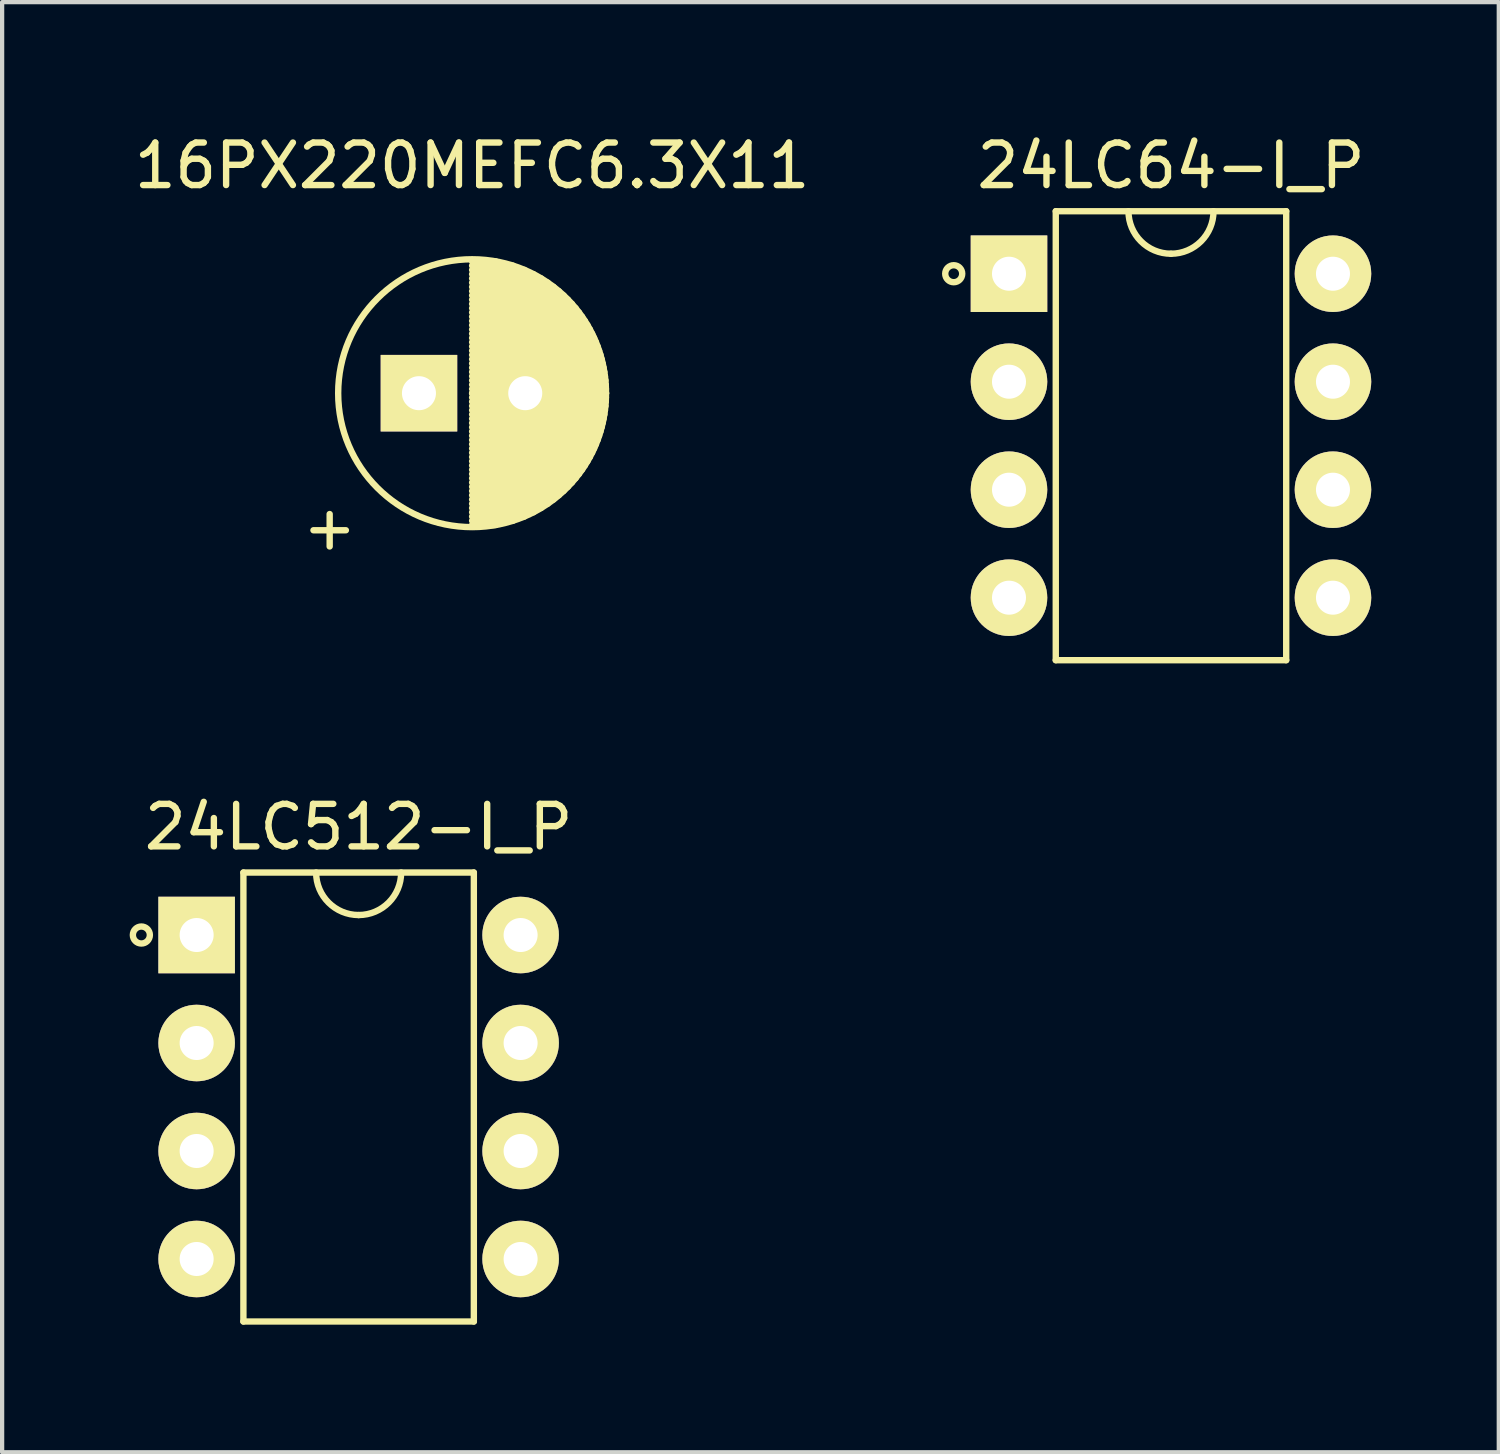
<source format=kicad_pcb>
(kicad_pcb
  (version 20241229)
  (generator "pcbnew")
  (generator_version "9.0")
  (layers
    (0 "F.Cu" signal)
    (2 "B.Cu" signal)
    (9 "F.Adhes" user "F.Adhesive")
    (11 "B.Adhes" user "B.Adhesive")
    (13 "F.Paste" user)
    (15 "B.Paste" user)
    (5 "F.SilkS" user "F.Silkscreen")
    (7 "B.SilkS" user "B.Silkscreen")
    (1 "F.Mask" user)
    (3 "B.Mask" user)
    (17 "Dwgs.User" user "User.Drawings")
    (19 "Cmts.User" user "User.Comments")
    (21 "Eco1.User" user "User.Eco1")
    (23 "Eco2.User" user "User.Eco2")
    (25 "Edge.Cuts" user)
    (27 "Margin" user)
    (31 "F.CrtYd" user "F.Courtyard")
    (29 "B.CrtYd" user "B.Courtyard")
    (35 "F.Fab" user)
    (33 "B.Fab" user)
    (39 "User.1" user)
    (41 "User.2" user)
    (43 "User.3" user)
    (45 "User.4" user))
  (footprint "24LC64-I_P"
    (layer "F.Cu")
    (at 20.682 3.388)
    (property "Reference" "24LC64-I_P" (at 3.81 -2.54 0) (layer "F.SilkS") (effects (font (size 1 1) (thickness 0.15))))
    (attr through_hole)
    (fp_line (start 1.1 -1.47) (end 6.52 -1.47) (stroke (width 0.15) (type solid)) (layer "F.SilkS"))
    (fp_line (start 1.1 9.09) (end 1.1 -1.47) (stroke (width 0.15) (type solid)) (layer "F.SilkS"))
    (fp_line (start 6.52 -1.47) (end 6.52 9.09) (stroke (width 0.15) (type solid)) (layer "F.SilkS"))
    (fp_line (start 6.52 9.09) (end 1.1 9.09) (stroke (width 0.15) (type solid)) (layer "F.SilkS"))
    (fp_arc (start 3.81 -0.47) (mid 3.102893 -0.762893) (end 2.81 -1.47) (stroke (width 0.15) (type solid)) (layer "F.SilkS"))
    (fp_arc (start 4.81 -1.47) (mid 4.517107 -0.762893) (end 3.81 -0.47) (stroke (width 0.15) (type solid)) (layer "F.SilkS"))
    (fp_circle (center -1.3 0) (end -1.3 0.2) (stroke (width 0.15) (type solid)) (fill no) (layer "F.SilkS"))
    (pad "1" thru_hole rect (at 0 0) (size 1.8 1.8) (drill 0.8) (layers "*.Cu" "*.Mask" "F.SilkS"))
    (pad "2" thru_hole circle (at 0 2.54) (size 1.8 1.8) (drill 0.8) (layers "*.Cu" "*.Mask" "F.SilkS"))
    (pad "3" thru_hole circle (at 0 5.08) (size 1.8 1.8) (drill 0.8) (layers "*.Cu" "*.Mask" "F.SilkS"))
    (pad "4" thru_hole circle (at 0 7.62) (size 1.8 1.8) (drill 0.8) (layers "*.Cu" "*.Mask" "F.SilkS"))
    (pad "5" thru_hole circle (at 7.62 7.62) (size 1.8 1.8) (drill 0.8) (layers "*.Cu" "*.Mask" "F.SilkS"))
    (pad "6" thru_hole circle (at 7.62 5.08) (size 1.8 1.8) (drill 0.8) (layers "*.Cu" "*.Mask" "F.SilkS"))
    (pad "7" thru_hole circle (at 7.62 2.54) (size 1.8 1.8) (drill 0.8) (layers "*.Cu" "*.Mask" "F.SilkS"))
    (pad "8" thru_hole circle (at 7.62 0) (size 1.8 1.8) (drill 0.8) (layers "*.Cu" "*.Mask" "F.SilkS")))
  (footprint "24LC512-I_P"
    (layer "F.Cu")
    (at 1.575 18.942)
    (property "Reference" "24LC512-I_P" (at 3.81 -2.54 0) (layer "F.SilkS") (effects (font (size 1 1) (thickness 0.15))))
    (attr through_hole)
    (fp_line (start 1.1 -1.47) (end 6.52 -1.47) (stroke (width 0.15) (type solid)) (layer "F.SilkS"))
    (fp_line (start 1.1 9.09) (end 1.1 -1.47) (stroke (width 0.15) (type solid)) (layer "F.SilkS"))
    (fp_line (start 6.52 -1.47) (end 6.52 9.09) (stroke (width 0.15) (type solid)) (layer "F.SilkS"))
    (fp_line (start 6.52 9.09) (end 1.1 9.09) (stroke (width 0.15) (type solid)) (layer "F.SilkS"))
    (fp_arc (start 3.81 -0.47) (mid 3.102893 -0.762893) (end 2.81 -1.47) (stroke (width 0.15) (type solid)) (layer "F.SilkS"))
    (fp_arc (start 4.81 -1.47) (mid 4.517107 -0.762893) (end 3.81 -0.47) (stroke (width 0.15) (type solid)) (layer "F.SilkS"))
    (fp_circle (center -1.3 0) (end -1.3 0.2) (stroke (width 0.15) (type solid)) (fill no) (layer "F.SilkS"))
    (pad "1" thru_hole rect (at 0 0) (size 1.8 1.8) (drill 0.8) (layers "*.Cu" "*.Mask" "F.SilkS"))
    (pad "2" thru_hole circle (at 0 2.54) (size 1.8 1.8) (drill 0.8) (layers "*.Cu" "*.Mask" "F.SilkS"))
    (pad "3" thru_hole circle (at 0 5.08) (size 1.8 1.8) (drill 0.8) (layers "*.Cu" "*.Mask" "F.SilkS"))
    (pad "4" thru_hole circle (at 0 7.62) (size 1.8 1.8) (drill 0.8) (layers "*.Cu" "*.Mask" "F.SilkS"))
    (pad "5" thru_hole circle (at 7.62 7.62) (size 1.8 1.8) (drill 0.8) (layers "*.Cu" "*.Mask" "F.SilkS"))
    (pad "6" thru_hole circle (at 7.62 5.08) (size 1.8 1.8) (drill 0.8) (layers "*.Cu" "*.Mask" "F.SilkS"))
    (pad "7" thru_hole circle (at 7.62 2.54) (size 1.8 1.8) (drill 0.8) (layers "*.Cu" "*.Mask" "F.SilkS"))
    (pad "8" thru_hole circle (at 7.62 0) (size 1.8 1.8) (drill 0.8) (layers "*.Cu" "*.Mask" "F.SilkS")))
  (footprint "16PX220MEFC6.3X11"
    (layer "F.Cu")
    (at 6.804 6.198)
    (property "Reference" "16PX220MEFC6.3X11" (at 1.25 -5.35 0) (layer "F.SilkS") (effects (font (size 1 1) (thickness 0.15))))
    (attr through_hole)
    (fp_line (start 1.25 -3.1) (end 1.809 -3.1) (stroke (width 0.15) (type solid)) (layer "F.SilkS"))
    (fp_line (start 1.25 -3) (end 2.21 -3) (stroke (width 0.15) (type solid)) (layer "F.SilkS"))
    (fp_line (start 1.25 -2.9) (end 2.48 -2.9) (stroke (width 0.15) (type solid)) (layer "F.SilkS"))
    (fp_line (start 1.25 -2.8) (end 2.693 -2.8) (stroke (width 0.15) (type solid)) (layer "F.SilkS"))
    (fp_line (start 1.25 -2.7) (end 2.872 -2.7) (stroke (width 0.15) (type solid)) (layer "F.SilkS"))
    (fp_line (start 1.25 -2.6) (end 3.028 -2.6) (stroke (width 0.15) (type solid)) (layer "F.SilkS"))
    (fp_line (start 1.25 -2.5) (end 3.166 -2.5) (stroke (width 0.15) (type solid)) (layer "F.SilkS"))
    (fp_line (start 1.25 -2.4) (end 3.29 -2.4) (stroke (width 0.15) (type solid)) (layer "F.SilkS"))
    (fp_line (start 1.25 -2.3) (end 3.402 -2.3) (stroke (width 0.15) (type solid)) (layer "F.SilkS"))
    (fp_line (start 1.25 -2.2) (end 3.504 -2.2) (stroke (width 0.15) (type solid)) (layer "F.SilkS"))
    (fp_line (start 1.25 -2.1) (end 3.598 -2.1) (stroke (width 0.15) (type solid)) (layer "F.SilkS"))
    (fp_line (start 1.25 -2) (end 3.684 -2) (stroke (width 0.15) (type solid)) (layer "F.SilkS"))
    (fp_line (start 1.25 -1.9) (end 3.762 -1.9) (stroke (width 0.15) (type solid)) (layer "F.SilkS"))
    (fp_line (start 1.25 -1.8) (end 3.835 -1.8) (stroke (width 0.15) (type solid)) (layer "F.SilkS"))
    (fp_line (start 1.25 -1.7) (end 3.902 -1.7) (stroke (width 0.15) (type solid)) (layer "F.SilkS"))
    (fp_line (start 1.25 -1.6) (end 3.963 -1.6) (stroke (width 0.15) (type solid)) (layer "F.SilkS"))
    (fp_line (start 1.25 -1.5) (end 4.02 -1.5) (stroke (width 0.15) (type solid)) (layer "F.SilkS"))
    (fp_line (start 1.25 -1.4) (end 4.072 -1.4) (stroke (width 0.15) (type solid)) (layer "F.SilkS"))
    (fp_line (start 1.25 -1.3) (end 4.119 -1.3) (stroke (width 0.15) (type solid)) (layer "F.SilkS"))
    (fp_line (start 1.25 -1.2) (end 4.162 -1.2) (stroke (width 0.15) (type solid)) (layer "F.SilkS"))
    (fp_line (start 1.25 -1.1) (end 4.202 -1.1) (stroke (width 0.15) (type solid)) (layer "F.SilkS"))
    (fp_line (start 1.25 -1) (end 4.237 -1) (stroke (width 0.15) (type solid)) (layer "F.SilkS"))
    (fp_line (start 1.25 -0.9) (end 4.269 -0.9) (stroke (width 0.15) (type solid)) (layer "F.SilkS"))
    (fp_line (start 1.25 -0.8) (end 4.297 -0.8) (stroke (width 0.15) (type solid)) (layer "F.SilkS"))
    (fp_line (start 1.25 -0.7) (end 4.321 -0.7) (stroke (width 0.15) (type solid)) (layer "F.SilkS"))
    (fp_line (start 1.25 -0.6) (end 4.342 -0.6) (stroke (width 0.15) (type solid)) (layer "F.SilkS"))
    (fp_line (start 1.25 -0.5) (end 4.36 -0.5) (stroke (width 0.15) (type solid)) (layer "F.SilkS"))
    (fp_line (start 1.25 -0.4) (end 4.375 -0.4) (stroke (width 0.15) (type solid)) (layer "F.SilkS"))
    (fp_line (start 1.25 -0.3) (end 4.386 -0.3) (stroke (width 0.15) (type solid)) (layer "F.SilkS"))
    (fp_line (start 1.25 -0.2) (end 4.394 -0.2) (stroke (width 0.15) (type solid)) (layer "F.SilkS"))
    (fp_line (start 1.25 -0.1) (end 4.398 -0.1) (stroke (width 0.15) (type solid)) (layer "F.SilkS"))
    (fp_line (start 1.25 0) (end 4.4 0) (stroke (width 0.15) (type solid)) (layer "F.SilkS"))
    (fp_line (start 1.25 0) (end 4.4 0) (stroke (width 0.15) (type solid)) (layer "F.SilkS"))
    (fp_line (start 1.25 0.1) (end 4.398 0.1) (stroke (width 0.15) (type solid)) (layer "F.SilkS"))
    (fp_line (start 1.25 0.2) (end 4.394 0.2) (stroke (width 0.15) (type solid)) (layer "F.SilkS"))
    (fp_line (start 1.25 0.3) (end 4.386 0.3) (stroke (width 0.15) (type solid)) (layer "F.SilkS"))
    (fp_line (start 1.25 0.4) (end 4.375 0.4) (stroke (width 0.15) (type solid)) (layer "F.SilkS"))
    (fp_line (start 1.25 0.5) (end 4.36 0.5) (stroke (width 0.15) (type solid)) (layer "F.SilkS"))
    (fp_line (start 1.25 0.6) (end 4.342 0.6) (stroke (width 0.15) (type solid)) (layer "F.SilkS"))
    (fp_line (start 1.25 0.7) (end 4.321 0.7) (stroke (width 0.15) (type solid)) (layer "F.SilkS"))
    (fp_line (start 1.25 0.8) (end 4.297 0.8) (stroke (width 0.15) (type solid)) (layer "F.SilkS"))
    (fp_line (start 1.25 0.9) (end 4.269 0.9) (stroke (width 0.15) (type solid)) (layer "F.SilkS"))
    (fp_line (start 1.25 1) (end 4.237 1) (stroke (width 0.15) (type solid)) (layer "F.SilkS"))
    (fp_line (start 1.25 1.1) (end 4.202 1.1) (stroke (width 0.15) (type solid)) (layer "F.SilkS"))
    (fp_line (start 1.25 1.2) (end 4.162 1.2) (stroke (width 0.15) (type solid)) (layer "F.SilkS"))
    (fp_line (start 1.25 1.3) (end 4.119 1.3) (stroke (width 0.15) (type solid)) (layer "F.SilkS"))
    (fp_line (start 1.25 1.4) (end 4.072 1.4) (stroke (width 0.15) (type solid)) (layer "F.SilkS"))
    (fp_line (start 1.25 1.5) (end 4.02 1.5) (stroke (width 0.15) (type solid)) (layer "F.SilkS"))
    (fp_line (start 1.25 1.6) (end 3.963 1.6) (stroke (width 0.15) (type solid)) (layer "F.SilkS"))
    (fp_line (start 1.25 1.7) (end 3.902 1.7) (stroke (width 0.15) (type solid)) (layer "F.SilkS"))
    (fp_line (start 1.25 1.8) (end 3.835 1.8) (stroke (width 0.15) (type solid)) (layer "F.SilkS"))
    (fp_line (start 1.25 1.9) (end 3.762 1.9) (stroke (width 0.15) (type solid)) (layer "F.SilkS"))
    (fp_line (start 1.25 2) (end 3.684 2) (stroke (width 0.15) (type solid)) (layer "F.SilkS"))
    (fp_line (start 1.25 2.1) (end 3.598 2.1) (stroke (width 0.15) (type solid)) (layer "F.SilkS"))
    (fp_line (start 1.25 2.2) (end 3.504 2.2) (stroke (width 0.15) (type solid)) (layer "F.SilkS"))
    (fp_line (start 1.25 2.3) (end 3.402 2.3) (stroke (width 0.15) (type solid)) (layer "F.SilkS"))
    (fp_line (start 1.25 2.4) (end 3.29 2.4) (stroke (width 0.15) (type solid)) (layer "F.SilkS"))
    (fp_line (start 1.25 2.5) (end 3.166 2.5) (stroke (width 0.15) (type solid)) (layer "F.SilkS"))
    (fp_line (start 1.25 2.6) (end 3.028 2.6) (stroke (width 0.15) (type solid)) (layer "F.SilkS"))
    (fp_line (start 1.25 2.7) (end 2.872 2.7) (stroke (width 0.15) (type solid)) (layer "F.SilkS"))
    (fp_line (start 1.25 2.8) (end 2.693 2.8) (stroke (width 0.15) (type solid)) (layer "F.SilkS"))
    (fp_line (start 1.25 2.9) (end 2.48 2.9) (stroke (width 0.15) (type solid)) (layer "F.SilkS"))
    (fp_line (start 1.25 3) (end 2.21 3) (stroke (width 0.15) (type solid)) (layer "F.SilkS"))
    (fp_line (start 1.25 3.1) (end 1.809 3.1) (stroke (width 0.15) (type solid)) (layer "F.SilkS"))
    (fp_circle (center 1.25 0) (end 1.25 -3.15) (stroke (width 0.15) (type solid)) (fill no) (layer "F.SilkS"))
    (fp_text user "+" (at -2.1 3.15 0) (layer "F.SilkS") (effects (font (size 1 1) (thickness 0.15))))
    (pad "1" thru_hole rect (at 0 0) (size 1.8 1.8) (drill 0.8) (layers "*.Cu" "*.Mask" "F.SilkS"))
    (pad "2" thru_hole circle (at 2.5 0) (size 1.8 1.8) (drill 0.8) (layers "*.Cu" "*.Mask" "F.SilkS")))
  (gr_rect
    (start -3 -3)
    (end 32.202 31.107)
    (stroke (width 0.1) (type default))
    (fill no)
    (layer "Edge.Cuts")))
</source>
